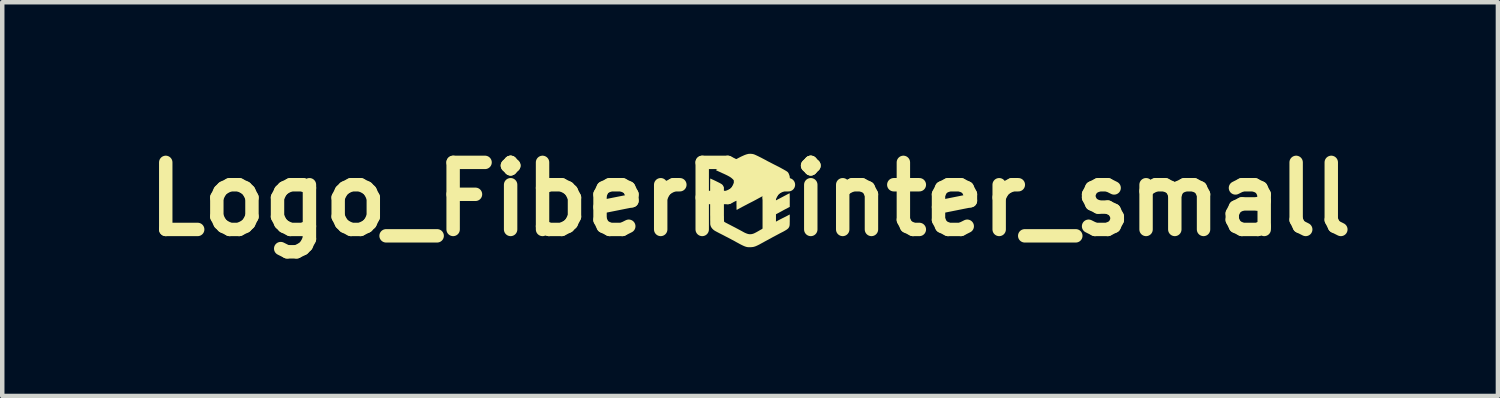
<source format=kicad_pcb>
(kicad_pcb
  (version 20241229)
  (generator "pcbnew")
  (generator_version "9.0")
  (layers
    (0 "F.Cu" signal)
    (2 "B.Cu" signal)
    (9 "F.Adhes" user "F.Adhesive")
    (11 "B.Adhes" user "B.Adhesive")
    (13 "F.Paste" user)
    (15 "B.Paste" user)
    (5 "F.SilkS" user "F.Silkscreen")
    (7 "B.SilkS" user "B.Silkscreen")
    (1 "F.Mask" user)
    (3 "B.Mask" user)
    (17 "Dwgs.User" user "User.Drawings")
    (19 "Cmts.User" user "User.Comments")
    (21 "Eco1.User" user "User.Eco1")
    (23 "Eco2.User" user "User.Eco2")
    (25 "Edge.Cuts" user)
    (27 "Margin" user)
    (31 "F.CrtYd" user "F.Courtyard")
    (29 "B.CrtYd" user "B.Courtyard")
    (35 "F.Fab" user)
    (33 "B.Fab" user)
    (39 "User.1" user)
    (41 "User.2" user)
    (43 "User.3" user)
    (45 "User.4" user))
  (footprint "Logo_FiberPrinter_small"
    (layer "F.Cu")
    (at 13.729 1.404)
    (property "Reference" "Logo_FiberPrinter_small" (at 0 0 0) (layer "F.SilkS") (effects (font (size 1.5 1.5) (thickness 0.3))))
    (attr board_only exclude_from_pos_files exclude_from_bom)
    (fp_poly (pts (xy 0.885 -0.126) (xy 0.885 -0.114) (xy 0.886 -0.097) (xy 0.886 -0.074) (xy 0.886 -0.048) (xy 0.887 -0.017) (xy 0.887 0.016) (xy 0.887 0.023) (xy 0.887 0.174) (xy 0.86 0.188) (xy 0.847 0.195) (xy 0.829 0.205) (xy 0.808 0.216) (xy 0.787 0.226) (xy 0.783 0.228) (xy 0.765 0.238) (xy 0.749 0.246) (xy 0.737 0.253) (xy 0.73 0.257) (xy 0.729 0.257) (xy 0.724 0.261) (xy 0.713 0.266) (xy 0.7 0.274) (xy 0.689 0.279) (xy 0.672 0.289) (xy 0.654 0.298) (xy 0.64 0.306) (xy 0.635 0.309) (xy 0.626 0.313) (xy 0.612 0.321) (xy 0.593 0.331) (xy 0.57 0.342) (xy 0.544 0.355) (xy 0.518 0.369) (xy 0.514 0.371) (xy 0.487 0.385) (xy 0.462 0.398) (xy 0.439 0.41) (xy 0.42 0.42) (xy 0.405 0.427) (xy 0.396 0.432) (xy 0.395 0.432) (xy 0.385 0.438) (xy 0.38 0.439) (xy 0.377 0.437) (xy 0.376 0.435) (xy 0.375 0.429) (xy 0.375 0.417) (xy 0.374 0.399) (xy 0.374 0.375) (xy 0.374 0.348) (xy 0.373 0.317) (xy 0.373 0.284) (xy 0.373 0.282) (xy 0.373 0.136) (xy 0.397 0.124) (xy 0.419 0.111) (xy 0.447 0.097) (xy 0.478 0.081) (xy 0.51 0.064) (xy 0.541 0.047) (xy 0.568 0.033) (xy 0.589 0.023) (xy 0.614 0.009) (xy 0.641 -0.005) (xy 0.669 -0.019) (xy 0.691 -0.031) (xy 0.716 -0.044) (xy 0.742 -0.058) (xy 0.766 -0.071) (xy 0.787 -0.082) (xy 0.803 -0.09) (xy 0.821 -0.1) (xy 0.839 -0.109) (xy 0.854 -0.117) (xy 0.862 -0.121) (xy 0.873 -0.127) (xy 0.881 -0.13) (xy 0.884 -0.13)) (stroke (width 0) (type solid)) (fill yes) (layer "F.SilkS"))
    (fp_poly (pts (xy 0.047 -1.011) (xy 0.083 -1.003) (xy 0.094 -0.999) (xy 0.11 -0.992) (xy 0.131 -0.983) (xy 0.156 -0.971) (xy 0.184 -0.958) (xy 0.213 -0.943) (xy 0.244 -0.928) (xy 0.274 -0.912) (xy 0.303 -0.897) (xy 0.329 -0.883) (xy 0.353 -0.871) (xy 0.372 -0.86) (xy 0.373 -0.859) (xy 0.381 -0.855) (xy 0.394 -0.848) (xy 0.413 -0.838) (xy 0.436 -0.827) (xy 0.462 -0.813) (xy 0.491 -0.798) (xy 0.522 -0.782) (xy 0.553 -0.766) (xy 0.584 -0.751) (xy 0.6 -0.742) (xy 0.641 -0.722) (xy 0.68 -0.701) (xy 0.716 -0.681) (xy 0.749 -0.663) (xy 0.778 -0.646) (xy 0.803 -0.632) (xy 0.821 -0.62) (xy 0.831 -0.613) (xy 0.841 -0.605) (xy 0.849 -0.595) (xy 0.857 -0.583) (xy 0.865 -0.568) (xy 0.873 -0.547) (xy 0.881 -0.525) (xy 0.885 -0.511) (xy 0.887 -0.493) (xy 0.889 -0.472) (xy 0.889 -0.451) (xy 0.888 -0.432) (xy 0.887 -0.415) (xy 0.884 -0.403) (xy 0.881 -0.399) (xy 0.874 -0.393) (xy 0.86 -0.384) (xy 0.84 -0.372) (xy 0.815 -0.357) (xy 0.783 -0.339) (xy 0.746 -0.318) (xy 0.742 -0.316) (xy 0.724 -0.306) (xy 0.707 -0.297) (xy 0.694 -0.29) (xy 0.685 -0.285) (xy 0.685 -0.285) (xy 0.675 -0.279) (xy 0.661 -0.272) (xy 0.648 -0.264) (xy 0.636 -0.258) (xy 0.619 -0.249) (xy 0.599 -0.238) (xy 0.577 -0.226) (xy 0.559 -0.216) (xy 0.535 -0.203) (xy 0.512 -0.19) (xy 0.49 -0.179) (xy 0.471 -0.169) (xy 0.461 -0.163) (xy 0.443 -0.154) (xy 0.424 -0.144) (xy 0.408 -0.135) (xy 0.404 -0.133) (xy 0.39 -0.125) (xy 0.372 -0.116) (xy 0.353 -0.106) (xy 0.344 -0.101) (xy 0.324 -0.09) (xy 0.306 -0.081) (xy 0.287 -0.071) (xy 0.266 -0.059) (xy 0.24 -0.045) (xy 0.238 -0.044) (xy 0.225 -0.037) (xy 0.208 -0.028) (xy 0.189 -0.018) (xy 0.182 -0.014) (xy 0.166 -0.005) (xy 0.154 0.001) (xy 0.145 0.006) (xy 0.143 0.008) (xy 0.138 0.01) (xy 0.128 0.016) (xy 0.112 0.024) (xy 0.093 0.034) (xy 0.071 0.046) (xy 0.053 0.055) (xy 0.028 0.068) (xy 0.004 0.08) (xy -0.017 0.091) (xy -0.035 0.1) (xy -0.048 0.107) (xy -0.053 0.109) (xy -0.064 0.115) (xy -0.079 0.124) (xy -0.098 0.133) (xy -0.118 0.144) (xy -0.121 0.145) (xy -0.141 0.156) (xy -0.161 0.166) (xy -0.178 0.175) (xy -0.19 0.182) (xy -0.191 0.183) (xy -0.205 0.19) (xy -0.222 0.199) (xy -0.24 0.209) (xy -0.247 0.212) (xy -0.263 0.221) (xy -0.277 0.229) (xy -0.288 0.235) (xy -0.291 0.237) (xy -0.299 0.24) (xy -0.302 0.239) (xy -0.303 0.234) (xy -0.303 0.223) (xy -0.304 0.205) (xy -0.304 0.181) (xy -0.304 0.151) (xy -0.305 0.117) (xy -0.305 0.079) (xy -0.305 0.038) (xy -0.306 -0.006) (xy -0.306 -0.04) (xy -0.306 -0.093) (xy -0.306 -0.139) (xy -0.307 -0.178) (xy -0.307 -0.211) (xy -0.307 -0.239) (xy -0.307 -0.261) (xy -0.308 -0.28) (xy -0.308 -0.295) (xy -0.309 -0.306) (xy -0.31 -0.315) (xy -0.311 -0.322) (xy -0.312 -0.328) (xy -0.313 -0.333) (xy -0.315 -0.338) (xy -0.325 -0.364) (xy -0.336 -0.386) (xy -0.351 -0.407) (xy -0.369 -0.428) (xy -0.378 -0.437) (xy -0.398 -0.456) (xy -0.419 -0.474) (xy -0.441 -0.49) (xy -0.467 -0.506) (xy -0.496 -0.522) (xy -0.53 -0.539) (xy -0.57 -0.558) (xy -0.582 -0.564) (xy -0.596 -0.57) (xy -0.615 -0.578) (xy -0.638 -0.589) (xy -0.665 -0.602) (xy -0.678 -0.607) (xy -0.696 -0.616) (xy -0.716 -0.624) (xy -0.731 -0.631) (xy -0.747 -0.639) (xy -0.758 -0.644) (xy -0.764 -0.649) (xy -0.766 -0.652) (xy -0.766 -0.653) (xy -0.762 -0.655) (xy -0.753 -0.661) (xy -0.739 -0.669) (xy -0.721 -0.678) (xy -0.7 -0.689) (xy -0.698 -0.69) (xy -0.668 -0.705) (xy -0.636 -0.721) (xy -0.603 -0.738) (xy -0.571 -0.755) (xy -0.54 -0.77) (xy -0.512 -0.785) (xy -0.489 -0.797) (xy -0.471 -0.806) (xy -0.465 -0.81) (xy -0.436 -0.825) (xy -0.412 -0.838) (xy -0.394 -0.848) (xy -0.38 -0.855) (xy -0.37 -0.861) (xy -0.362 -0.866) (xy -0.361 -0.866) (xy -0.347 -0.874) (xy -0.333 -0.881) (xy -0.33 -0.883) (xy -0.319 -0.889) (xy -0.304 -0.897) (xy -0.289 -0.905) (xy -0.246 -0.928) (xy -0.203 -0.95) (xy -0.161 -0.969) (xy -0.123 -0.986) (xy -0.089 -0.998) (xy -0.074 -1.003) (xy -0.036 -1.012) (xy 0.005 -1.014)) (stroke (width 0) (type solid)) (fill yes) (layer "F.SilkS"))
    (fp_poly (pts (xy -0.886 -0.458) (xy -0.876 -0.455) (xy -0.863 -0.449) (xy -0.86 -0.447) (xy -0.847 -0.441) (xy -0.836 -0.436) (xy -0.83 -0.434) (xy -0.83 -0.434) (xy -0.826 -0.432) (xy -0.816 -0.427) (xy -0.801 -0.42) (xy -0.782 -0.411) (xy -0.759 -0.4) (xy -0.734 -0.387) (xy -0.733 -0.387) (xy -0.701 -0.371) (xy -0.675 -0.358) (xy -0.655 -0.346) (xy -0.639 -0.337) (xy -0.627 -0.327) (xy -0.617 -0.318) (xy -0.609 -0.308) (xy -0.603 -0.297) (xy -0.597 -0.287) (xy -0.586 -0.263) (xy -0.586 0.118) (xy -0.586 0.182) (xy -0.586 0.238) (xy -0.586 0.288) (xy -0.586 0.33) (xy -0.586 0.367) (xy -0.585 0.399) (xy -0.585 0.425) (xy -0.585 0.446) (xy -0.584 0.464) (xy -0.584 0.477) (xy -0.583 0.488) (xy -0.583 0.495) (xy -0.582 0.5) (xy -0.581 0.504) (xy -0.58 0.505) (xy -0.58 0.506) (xy -0.576 0.509) (xy -0.57 0.513) (xy -0.561 0.518) (xy -0.548 0.526) (xy -0.531 0.535) (xy -0.509 0.546) (xy -0.481 0.561) (xy -0.447 0.578) (xy -0.445 0.579) (xy -0.421 0.592) (xy -0.397 0.604) (xy -0.375 0.616) (xy -0.357 0.625) (xy -0.343 0.632) (xy -0.34 0.634) (xy -0.326 0.641) (xy -0.308 0.651) (xy -0.288 0.661) (xy -0.27 0.671) (xy -0.247 0.683) (xy -0.221 0.697) (xy -0.197 0.71) (xy -0.182 0.718) (xy -0.146 0.738) (xy -0.116 0.754) (xy -0.089 0.765) (xy -0.066 0.774) (xy -0.045 0.78) (xy -0.025 0.784) (xy -0.004 0.785) (xy 0.005 0.785) (xy 0.024 0.784) (xy 0.042 0.781) (xy 0.062 0.776) (xy 0.085 0.768) (xy 0.11 0.756) (xy 0.139 0.741) (xy 0.173 0.722) (xy 0.194 0.71) (xy 0.216 0.697) (xy 0.241 0.683) (xy 0.265 0.67) (xy 0.28 0.662) (xy 0.299 0.652) (xy 0.319 0.641) (xy 0.337 0.631) (xy 0.348 0.625) (xy 0.36 0.618) (xy 0.378 0.608) (xy 0.399 0.597) (xy 0.42 0.586) (xy 0.428 0.582) (xy 0.449 0.571) (xy 0.471 0.56) (xy 0.49 0.549) (xy 0.506 0.541) (xy 0.51 0.539) (xy 0.524 0.532) (xy 0.543 0.522) (xy 0.564 0.511) (xy 0.584 0.5) (xy 0.586 0.499) (xy 0.606 0.489) (xy 0.625 0.478) (xy 0.643 0.469) (xy 0.655 0.463) (xy 0.656 0.462) (xy 0.666 0.457) (xy 0.681 0.449) (xy 0.701 0.439) (xy 0.724 0.427) (xy 0.749 0.415) (xy 0.766 0.406) (xy 0.791 0.394) (xy 0.814 0.382) (xy 0.835 0.371) (xy 0.852 0.362) (xy 0.864 0.355) (xy 0.869 0.353) (xy 0.878 0.347) (xy 0.884 0.345) (xy 0.886 0.345) (xy 0.886 0.35) (xy 0.887 0.361) (xy 0.887 0.378) (xy 0.887 0.4) (xy 0.887 0.425) (xy 0.887 0.454) (xy 0.887 0.466) (xy 0.887 0.501) (xy 0.886 0.53) (xy 0.886 0.552) (xy 0.885 0.57) (xy 0.884 0.583) (xy 0.882 0.593) (xy 0.881 0.601) (xy 0.88 0.604) (xy 0.874 0.62) (xy 0.866 0.635) (xy 0.857 0.649) (xy 0.844 0.662) (xy 0.828 0.675) (xy 0.808 0.689) (xy 0.783 0.704) (xy 0.752 0.722) (xy 0.715 0.741) (xy 0.713 0.742) (xy 0.668 0.765) (xy 0.631 0.785) (xy 0.599 0.802) (xy 0.573 0.816) (xy 0.563 0.821) (xy 0.547 0.83) (xy 0.53 0.839) (xy 0.522 0.843) (xy 0.508 0.85) (xy 0.494 0.858) (xy 0.488 0.861) (xy 0.48 0.866) (xy 0.466 0.874) (xy 0.449 0.883) (xy 0.43 0.893) (xy 0.426 0.895) (xy 0.409 0.905) (xy 0.386 0.917) (xy 0.36 0.931) (xy 0.332 0.946) (xy 0.304 0.962) (xy 0.282 0.974) (xy 0.241 0.996) (xy 0.207 1.015) (xy 0.177 1.03) (xy 0.151 1.042) (xy 0.129 1.052) (xy 0.109 1.059) (xy 0.09 1.065) (xy 0.084 1.067) (xy 0.056 1.072) (xy 0.023 1.075) (xy -0.01 1.076) (xy -0.041 1.075) (xy -0.063 1.073) (xy -0.081 1.069) (xy -0.099 1.064) (xy -0.119 1.057) (xy -0.141 1.048) (xy -0.165 1.037) (xy -0.194 1.023) (xy -0.227 1.006) (xy -0.265 0.985) (xy -0.308 0.962) (xy -0.329 0.95) (xy -0.348 0.939) (xy -0.363 0.931) (xy -0.374 0.925) (xy -0.38 0.922) (xy -0.38 0.922) (xy -0.384 0.92) (xy -0.393 0.915) (xy -0.406 0.909) (xy -0.413 0.905) (xy -0.434 0.893) (xy -0.463 0.878) (xy -0.499 0.859) (xy -0.541 0.838) (xy -0.59 0.812) (xy -0.645 0.784) (xy -0.662 0.775) (xy -0.689 0.762) (xy -0.715 0.748) (xy -0.74 0.735) (xy -0.761 0.724) (xy -0.777 0.715) (xy -0.787 0.71) (xy -0.818 0.688) (xy -0.845 0.662) (xy -0.867 0.633) (xy -0.882 0.603) (xy -0.89 0.572) (xy -0.891 0.571) (xy -0.891 0.564) (xy -0.892 0.549) (xy -0.892 0.529) (xy -0.892 0.502) (xy -0.893 0.47) (xy -0.893 0.434) (xy -0.893 0.393) (xy -0.894 0.348) (xy -0.894 0.3) (xy -0.894 0.25) (xy -0.894 0.198) (xy -0.894 0.144) (xy -0.894 0.089) (xy -0.894 0.034) (xy -0.894 -0.021) (xy -0.894 -0.075) (xy -0.894 -0.127) (xy -0.894 -0.178) (xy -0.894 -0.226) (xy -0.894 -0.271) (xy -0.894 -0.313) (xy -0.893 -0.351) (xy -0.893 -0.384) (xy -0.893 -0.411) (xy -0.892 -0.433) (xy -0.892 -0.448) (xy -0.892 -0.457) (xy -0.891 -0.459)) (stroke (width 0) (type solid)) (fill yes) (layer "F.SilkS")))
  (gr_rect
    (start -3 -3)
    (end 30.457 5.808)
    (stroke (width 0.1) (type default))
    (fill no)
    (layer "Edge.Cuts")))
</source>
